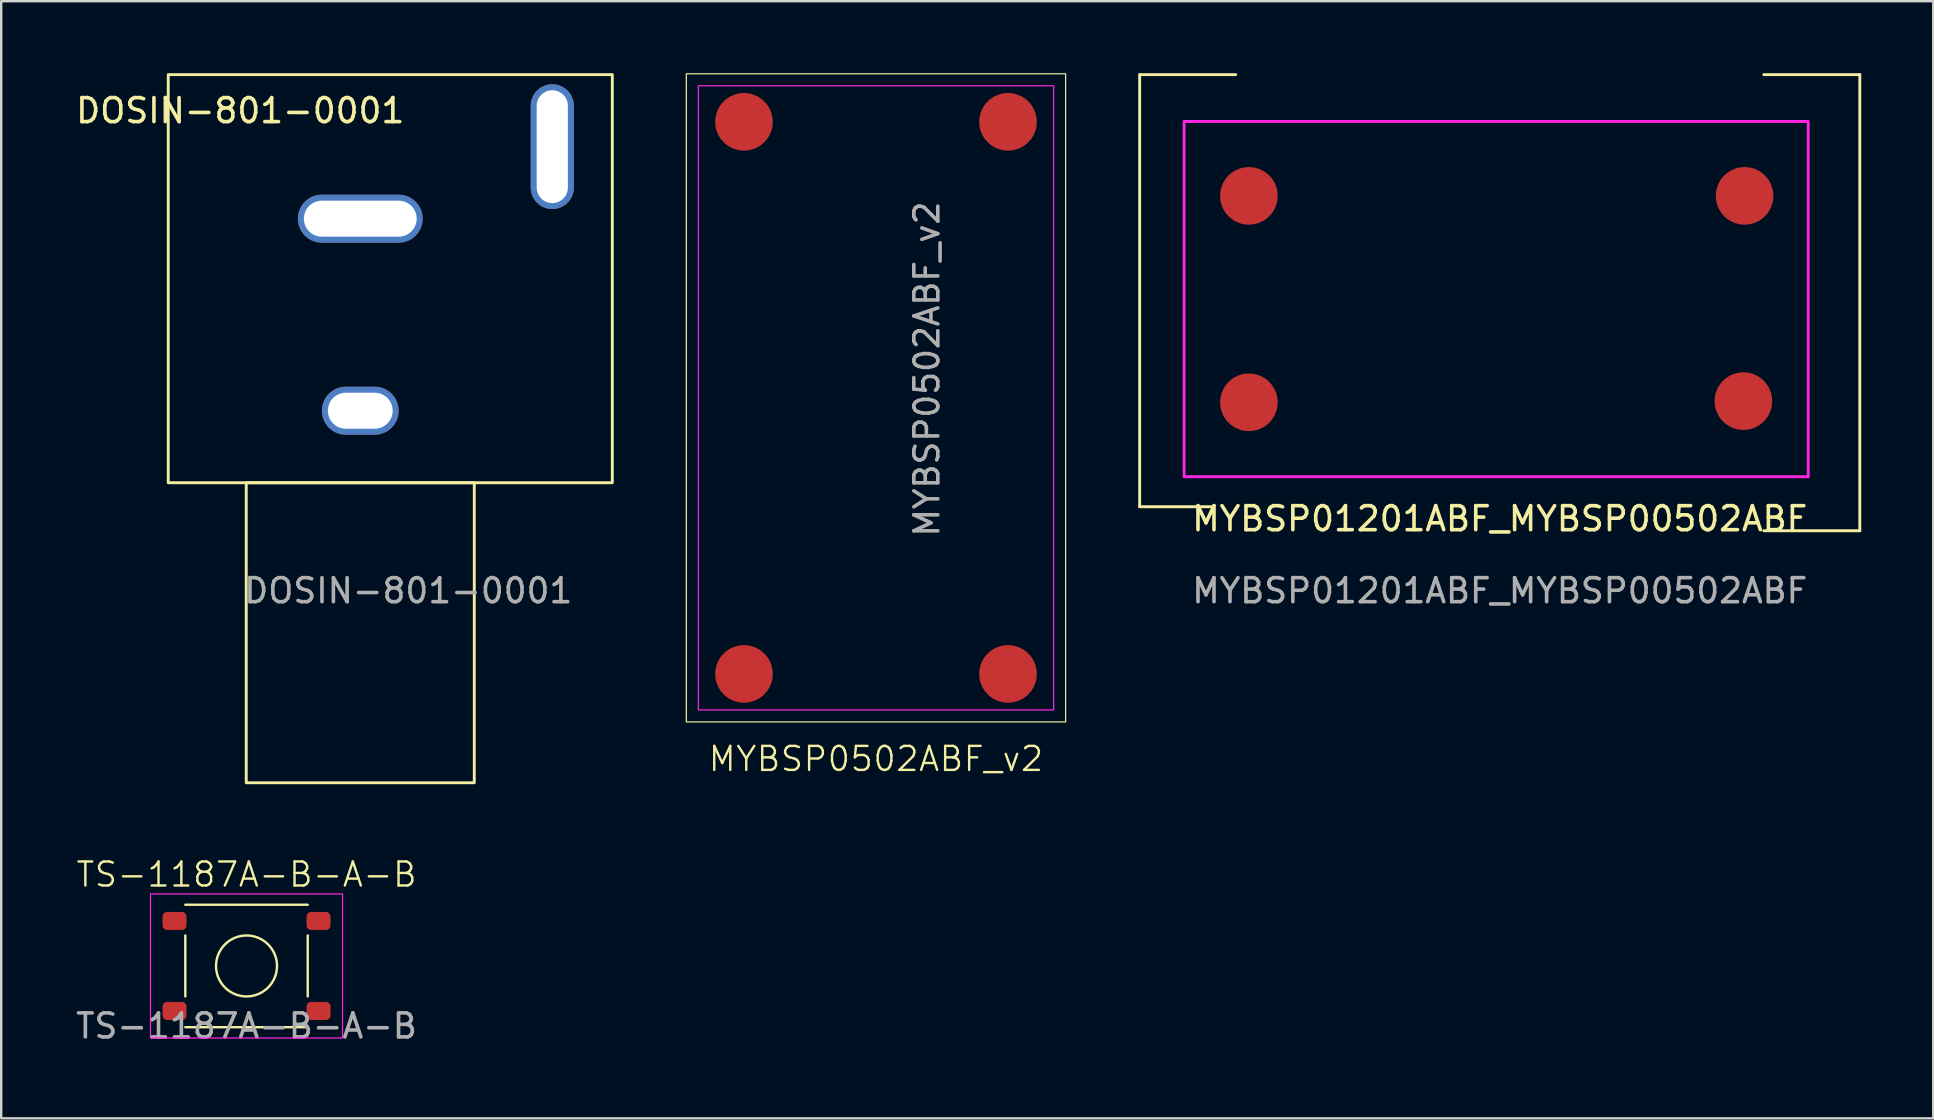
<source format=kicad_pcb>
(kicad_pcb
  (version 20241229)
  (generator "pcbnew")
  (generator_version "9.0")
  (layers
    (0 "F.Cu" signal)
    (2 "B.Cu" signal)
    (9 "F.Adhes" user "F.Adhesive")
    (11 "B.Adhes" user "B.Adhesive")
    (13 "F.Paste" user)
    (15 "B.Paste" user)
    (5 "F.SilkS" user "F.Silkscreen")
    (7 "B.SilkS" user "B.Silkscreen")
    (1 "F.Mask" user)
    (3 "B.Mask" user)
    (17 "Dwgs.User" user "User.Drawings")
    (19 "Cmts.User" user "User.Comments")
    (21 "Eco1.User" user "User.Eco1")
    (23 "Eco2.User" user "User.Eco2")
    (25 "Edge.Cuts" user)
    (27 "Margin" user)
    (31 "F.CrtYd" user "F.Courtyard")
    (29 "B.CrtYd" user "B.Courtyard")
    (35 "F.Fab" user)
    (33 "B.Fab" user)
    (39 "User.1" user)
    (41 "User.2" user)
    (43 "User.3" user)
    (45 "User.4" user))
  (footprint "TS-1187A-B-A-B"
    (layer "F.Cu")
    (at 7.22 37.191)
    (property "Reference" "TS-1187A-B-A-B" (at 0 -3.81 0) (unlocked yes) (layer "F.SilkS") (effects (font (size 1 1) (thickness 0.1))))
    (attr smd)
    (fp_line (start -2.55 -2.55) (end 2.55 -2.55) (stroke (width 0.1) (type default)) (layer "F.SilkS"))
    (fp_line (start -2.55 1.27) (end -2.55 -1.27) (stroke (width 0.1) (type default)) (layer "F.SilkS"))
    (fp_line (start 2.55 -1.27) (end 2.55 1.27) (stroke (width 0.1) (type default)) (layer "F.SilkS"))
    (fp_line (start 2.55 2.55) (end -2.55 2.55) (stroke (width 0.1) (type default)) (layer "F.SilkS"))
    (fp_circle (center 0 0) (end 1.27 0) (stroke (width 0.1) (type default)) (fill no) (layer "F.SilkS"))
    (fp_rect (start -4 -3) (end 4 3) (stroke (width 0.05) (type default)) (fill no) (layer "F.CrtYd"))
    (fp_text user "${REFERENCE}" (at 0 2.5 0) (unlocked yes) (layer "F.Fab") (effects (font (size 1 1) (thickness 0.15))))
    (pad "1" smd roundrect (at -3 -1.875) (size 1 0.75) (layers "F.Cu" "F.Mask" "F.Paste") (roundrect_rratio 0.25))
    (pad "1" smd roundrect (at 3 -1.875) (size 1 0.75) (layers "F.Cu" "F.Mask" "F.Paste") (roundrect_rratio 0.25))
    (pad "2" smd roundrect (at -3 1.875) (size 1 0.75) (layers "F.Cu" "F.Mask" "F.Paste") (roundrect_rratio 0.25))
    (pad "2" smd roundrect (at 3 1.875) (size 1 0.75) (layers "F.Cu" "F.Mask" "F.Paste") (roundrect_rratio 0.25)))
  (footprint "MYBSP01201ABF_MYBSP00502ABF"
    (layer "F.Cu")
    (at 59.428 19.06)
    (property "Reference" "MYBSP01201ABF_MYBSP00502ABF" (at 0 -0.5 0) (unlocked yes) (layer "F.SilkS") (effects (font (size 1 1) (thickness 0.15))))
    (attr smd)
    (fp_line (start -15 -19) (end -15 -1) (stroke (width 0.12) (type default)) (layer "F.SilkS"))
    (fp_line (start -15 -1) (end -12 -1) (stroke (width 0.12) (type default)) (layer "F.SilkS"))
    (fp_line (start -11 -19) (end -15 -19) (stroke (width 0.12) (type default)) (layer "F.SilkS"))
    (fp_line (start 11 -19) (end 15 -19) (stroke (width 0.12) (type default)) (layer "F.SilkS"))
    (fp_line (start 15 -19) (end 15 0) (stroke (width 0.12) (type default)) (layer "F.SilkS"))
    (fp_line (start 15 0) (end 11 0) (stroke (width 0.12) (type default)) (layer "F.SilkS"))
    (fp_rect (start -13.15 -2.25) (end 12.85 -17.05) (stroke (width 0.12) (type default)) (fill no) (layer "F.CrtYd"))
    (fp_text user "${REFERENCE}" (at 0 2.5 0) (unlocked yes) (layer "F.Fab") (effects (font (size 1 1) (thickness 0.15))))
    (pad "1" smd circle (at -10.45 -5.35) (size 2.4 2.4) (layers "F.Cu" "F.Mask" "F.Paste"))
    (pad "2" smd circle (at -10.45 -13.95) (size 2.4 2.4) (layers "F.Cu" "F.Mask" "F.Paste"))
    (pad "3" smd circle (at 10.2 -13.95) (size 2.4 2.4) (layers "F.Cu" "F.Mask" "F.Paste"))
    (pad "4" smd circle (at 10.15 -5.4) (size 2.4 2.4) (layers "F.Cu" "F.Mask" "F.Paste")))
  (footprint "DOSIN-801-0001"
    (layer "F.Cu")
    (at 13.958 19.06)
    (property "Reference" "DOSIN-801-0001" (at -7 -17.5 0) (unlocked yes) (layer "F.SilkS") (effects (font (size 1 1) (thickness 0.15))))
    (attr through_hole)
    (fp_rect (start -10 -19) (end 8.5 -2) (stroke (width 0.12) (type default)) (fill no) (layer "F.SilkS"))
    (fp_rect (start -6.75 -2) (end 2.75 10.5) (stroke (width 0.12) (type default)) (fill no) (layer "F.SilkS"))
    (fp_text user "${REFERENCE}" (at 0 2.5 0) (unlocked yes) (layer "F.Fab") (effects (font (size 1 1) (thickness 0.15))))
    (pad "1" thru_hole oval (at -2 -13) (size 5.2 2) (drill oval 4.7 1.5) (layers "*.Cu" "*.Mask"))
    (pad "2" thru_hole oval (at -2 -5) (size 3.2 2) (drill oval 2.7 1.5) (layers "*.Cu" "*.Mask"))
    (pad "3" thru_hole oval (at 6 -16 90) (size 5.2 1.8) (drill oval 4.7 1.3) (layers "*.Cu" "*.Mask")))
  (footprint "MYBSP0502ABF_v2"
    (layer "F.Cu")
    (at 27.943 25.025)
    (property "Reference" "MYBSP0502ABF_v2" (at 5.5 3.54 0) (unlocked yes) (layer "F.SilkS") (effects (font (size 1 1) (thickness 0.1))))
    (attr smd)
    (fp_rect (start -2.4 2) (end 13.4 -25) (stroke (width 0.05) (type default)) (fill no) (layer "F.SilkS"))
    (fp_rect (start -1.9 1.5) (end 12.9 -24.5) (stroke (width 0.05) (type default)) (fill no) (layer "F.CrtYd"))
    (fp_text user "${REFERENCE}" (at 7.62 -12.7 90) (unlocked yes) (layer "F.Fab") (effects (font (size 1 1) (thickness 0.15))))
    (pad "1" smd circle (at 0 0) (size 2.4 2.4) (layers "F.Cu" "F.Mask" "F.Paste"))
    (pad "2" smd circle (at 11 0) (size 2.4 2.4) (layers "F.Cu" "F.Mask" "F.Paste"))
    (pad "3" smd circle (at 11 -23) (size 2.4 2.4) (layers "F.Cu" "F.Mask" "F.Paste"))
    (pad "4" smd circle (at 0 -23) (size 2.4 2.4) (layers "F.Cu" "F.Mask" "F.Paste"))
    (zone (net_name "") (layers "F.Cu" "F.CrtYd") (name "DC/DC Isolation") (hatch edge 0.5) (connect_pads) (min_thickness 0.25) (filled_areas_thickness no) (keepout (tracks not_allowed) (vias not_allowed) (pads not_allowed) (copperpour not_allowed) (footprints not_allowed)) (placement (enabled no)) (fill) (polygon (pts (xy 26.043 3.525) (xy 40.843 3.525) (xy 40.843 20.525) (xy 26.043 20.525)))))
  (gr_rect
    (start -3 -3)
    (end 77.488 43.539)
    (stroke (width 0.1) (type default))
    (fill no)
    (layer "Edge.Cuts")))
</source>
